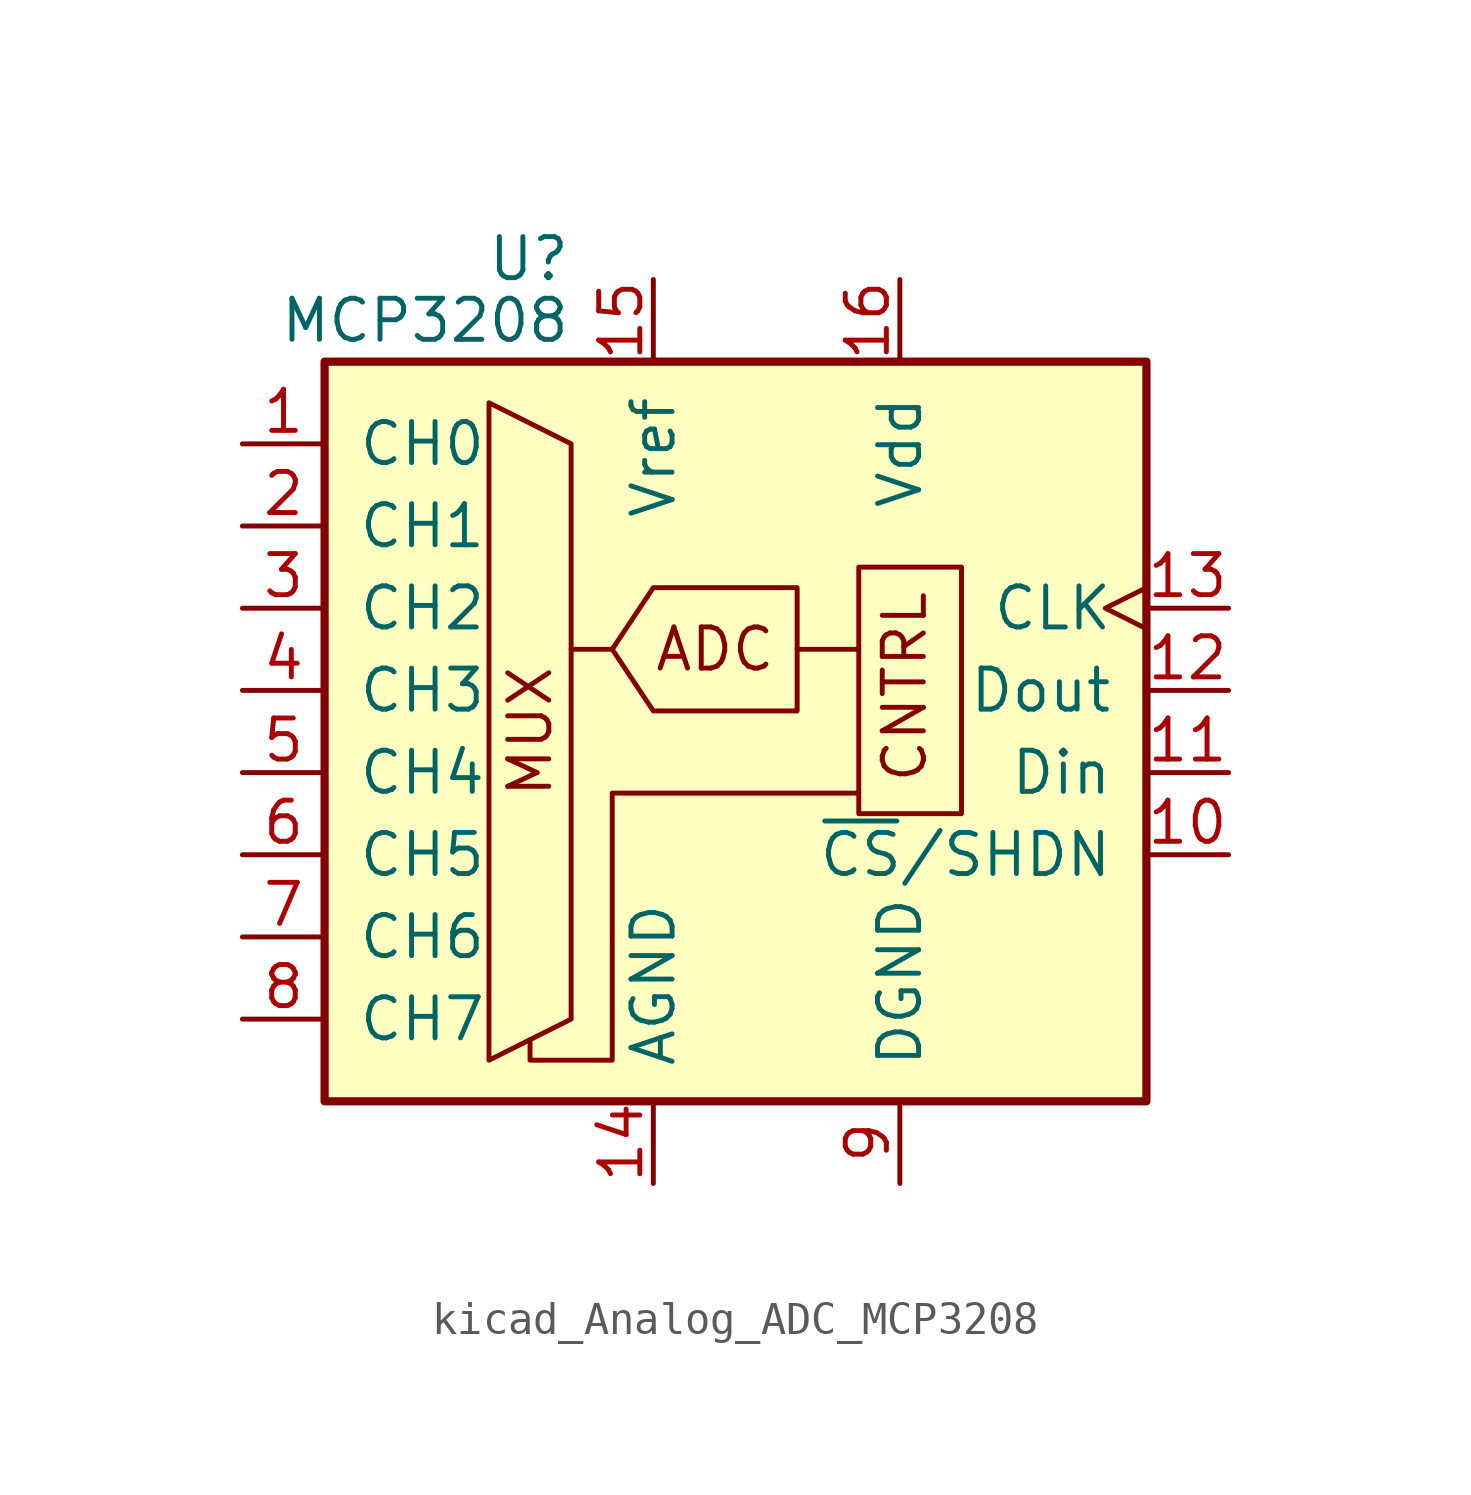
<source format=kicad_sym>
(kicad_symbol_lib
  (version 20220914)
  (generator kicad_symbol_editor)
  (symbol "kicad_Analog_ADC_MCP3208"
    (pin_names
      (offset 1.016))
    (property "Reference" "U"
      (at -5.08 13.335 0)
      (effects (font (size 1.27 1.27)) (justify right)))
    (property "Value" "MCP3208"
      (at -5.08 11.43 0)
      (effects (font (size 1.27 1.27)) (justify right)))
    (symbol "kicad_Analog_ADC_MCP3208_0_0"
      (text "ADC" (at -0.635 1.27 0) (effects (font (size 1.27 1.27))))
      (text "CNTRL" (at 5.969 -2.921 900) (effects (font (size 1.27 1.27)) (justify left bottom)))
      (text "MUX" (at -6.35 -1.27 900) (effects (font (size 1.27 1.27)))))
    (symbol "kicad_Analog_ADC_MCP3208_0_1"
      (polyline (pts (xy -3.81 1.27) (xy -5.08 1.27)) (stroke (width 0) (type default)) (fill (type none)))
      (polyline (pts (xy 1.905 1.27) (xy 3.81 1.27)) (stroke (width 0) (type default)) (fill (type none)))
      (polyline (pts (xy -7.62 8.89) (xy -7.62 -11.43) (xy -5.08 -10.16) (xy -5.08 7.62) (xy -7.62 8.89)) (stroke (width 0) (type default)) (fill (type none)))
      (polyline (pts (xy 3.81 -3.175) (xy -3.81 -3.175) (xy -3.81 -11.43) (xy -6.35 -11.43) (xy -6.35 -10.795)) (stroke (width 0) (type default)) (fill (type none)))
      (polyline (pts (xy 1.905 3.175) (xy 1.905 -0.635) (xy -2.54 -0.635) (xy -3.81 1.27) (xy -2.54 3.175) (xy 1.905 3.175)) (stroke (width 0) (type default)) (fill (type none)))
      (rectangle (start 3.81 -3.81) (end 6.985 3.81) (stroke (width 0) (type default)) (fill (type none)))
      (rectangle (start 12.7 -12.7) (end -12.7 10.16) (stroke (width 0.254) (type default)) (fill (type background))))
    (symbol "kicad_Analog_ADC_MCP3208_1_1"
      (pin input line (at -15.24 7.62 0) (length 2.54) (name "CH0" (effects (font (size 1.27 1.27)))) (number "1" (effects (font (size 1.27 1.27)))))
      (pin input line (at 15.24 -5.08 180) (length 2.54) (name "~{CS}/SHDN" (effects (font (size 1.27 1.27)))) (number "10" (effects (font (size 1.27 1.27)))))
      (pin input line (at 15.24 -2.54 180) (length 2.54) (name "Din" (effects (font (size 1.27 1.27)))) (number "11" (effects (font (size 1.27 1.27)))))
      (pin output line (at 15.24 0 180) (length 2.54) (name "Dout" (effects (font (size 1.27 1.27)))) (number "12" (effects (font (size 1.27 1.27)))))
      (pin input clock (at 15.24 2.54 180) (length 2.54) (name "CLK" (effects (font (size 1.27 1.27)))) (number "13" (effects (font (size 1.27 1.27)))))
      (pin power_in line (at -2.54 -15.24 90) (length 2.54) (name "AGND" (effects (font (size 1.27 1.27)))) (number "14" (effects (font (size 1.27 1.27)))))
      (pin power_in line (at -2.54 12.7 270) (length 2.54) (name "Vref" (effects (font (size 1.27 1.27)))) (number "15" (effects (font (size 1.27 1.27)))))
      (pin power_in line (at 5.08 12.7 270) (length 2.54) (name "Vdd" (effects (font (size 1.27 1.27)))) (number "16" (effects (font (size 1.27 1.27)))))
      (pin input line (at -15.24 5.08 0) (length 2.54) (name "CH1" (effects (font (size 1.27 1.27)))) (number "2" (effects (font (size 1.27 1.27)))))
      (pin input line (at -15.24 2.54 0) (length 2.54) (name "CH2" (effects (font (size 1.27 1.27)))) (number "3" (effects (font (size 1.27 1.27)))))
      (pin input line (at -15.24 0 0) (length 2.54) (name "CH3" (effects (font (size 1.27 1.27)))) (number "4" (effects (font (size 1.27 1.27)))))
      (pin input line (at -15.24 -2.54 0) (length 2.54) (name "CH4" (effects (font (size 1.27 1.27)))) (number "5" (effects (font (size 1.27 1.27)))))
      (pin input line (at -15.24 -5.08 0) (length 2.54) (name "CH5" (effects (font (size 1.27 1.27)))) (number "6" (effects (font (size 1.27 1.27)))))
      (pin input line (at -15.24 -7.62 0) (length 2.54) (name "CH6" (effects (font (size 1.27 1.27)))) (number "7" (effects (font (size 1.27 1.27)))))
      (pin input line (at -15.24 -10.16 0) (length 2.54) (name "CH7" (effects (font (size 1.27 1.27)))) (number "8" (effects (font (size 1.27 1.27)))))
      (pin power_in line (at 5.08 -15.24 90) (length 2.54) (name "DGND" (effects (font (size 1.27 1.27)))) (number "9" (effects (font (size 1.27 1.27))))))))
</source>
